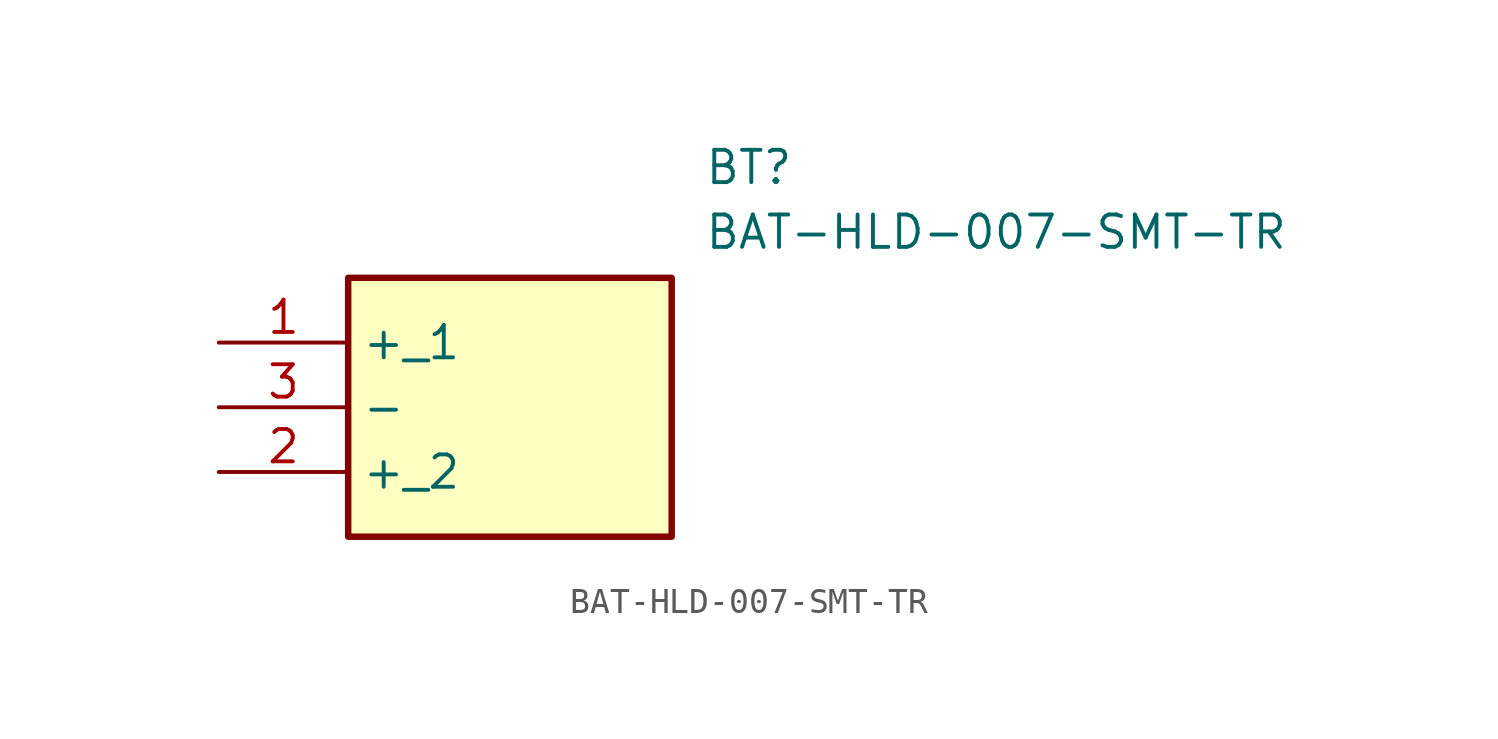
<source format=kicad_sym>
(kicad_symbol_lib
  (version 20211014)
  (generator SamacSys_ECAD_Model)
  (symbol "BAT-HLD-007-SMT-TR"
    (property "Reference" "BT"
      (at 19.05 7.62 0)
      (effects (font (size 1.27 1.27)) (justify left top)))
    (property "Value" "BAT-HLD-007-SMT-TR"
      (at 19.05 5.08 0)
      (effects (font (size 1.27 1.27)) (justify left top)))
    (rectangle
      (start 5.08 2.54)
      (end 17.78 -7.62)
      (stroke (width 0.254) (type default))
      (fill (type background)))
    (pin passive line
      (at 0 0 0)
      (length 5.08)
      (name "+_1" (effects (font (size 1.27 1.27))))
      (number "1" (effects (font (size 1.27 1.27)))))
    (pin passive line
      (at 0 -5.08 0)
      (length 5.08)
      (name "+_2" (effects (font (size 1.27 1.27))))
      (number "2" (effects (font (size 1.27 1.27)))))
    (pin passive line
      (at 0 -2.54 0)
      (length 5.08)
      (name "-" (effects (font (size 1.27 1.27))))
      (number "3" (effects (font (size 1.27 1.27)))))))
</source>
